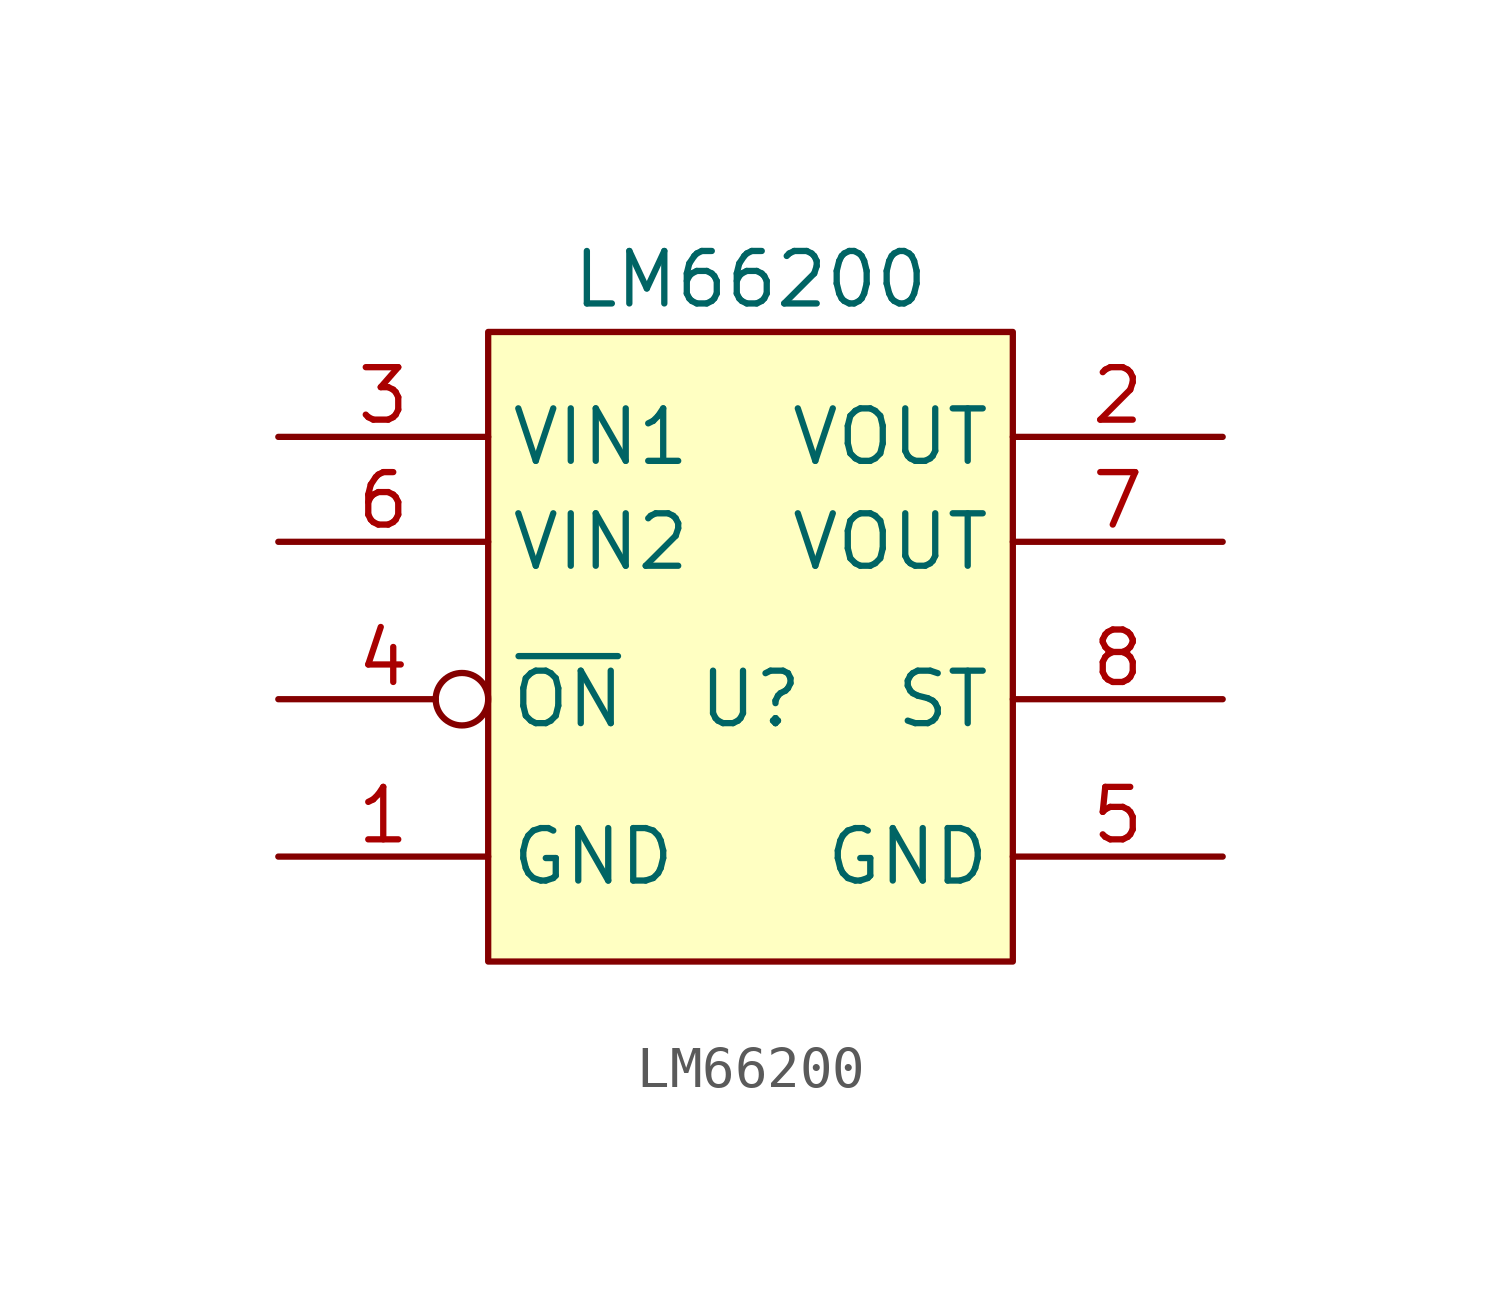
<source format=kicad_sym>
(kicad_symbol_lib
  (version 20231120)
  (generator "kicad_symbol_editor")
  (generator_version "8.0")
  (symbol "LM66200"
    (property "Reference" "U"
      (at 0 0 0)
      (effects (font (size 1.27 1.27))))
    (property "Value" "LM66200"
      (at 0 10.16 0)
      (effects (font (size 1.27 1.27))))
    (symbol "LM66200_1_1"
      (rectangle (start -6.35 8.89) (end 6.35 -6.35) (stroke (width 0) (type default)) (fill (type background)))
      (pin passive line (at -11.43 -3.81 0) (length 5.08) (name "GND" (effects (font (size 1.27 1.27)))) (number "1" (effects (font (size 1.27 1.27)))))
      (pin power_out line (at 11.43 6.35 180) (length 5.08) (name "VOUT" (effects (font (size 1.27 1.27)))) (number "2" (effects (font (size 1.27 1.27)))))
      (pin power_in line (at -11.43 6.35 0) (length 5.08) (name "VIN1" (effects (font (size 1.27 1.27)))) (number "3" (effects (font (size 1.27 1.27)))))
      (pin input inverted (at -11.43 0 0) (length 5.08) (name "~{ON}" (effects (font (size 1.27 1.27)))) (number "4" (effects (font (size 1.27 1.27)))))
      (pin passive line (at 11.43 -3.81 180) (length 5.08) (name "GND" (effects (font (size 1.27 1.27)))) (number "5" (effects (font (size 1.27 1.27)))))
      (pin power_in line (at -11.43 3.81 0) (length 5.08) (name "VIN2" (effects (font (size 1.27 1.27)))) (number "6" (effects (font (size 1.27 1.27)))))
      (pin power_out line (at 11.43 3.81 180) (length 5.08) (name "VOUT" (effects (font (size 1.27 1.27)))) (number "7" (effects (font (size 1.27 1.27)))))
      (pin open_collector line (at 11.43 0 180) (length 5.08) (name "ST" (effects (font (size 1.27 1.27)))) (number "8" (effects (font (size 1.27 1.27))))))))
</source>
